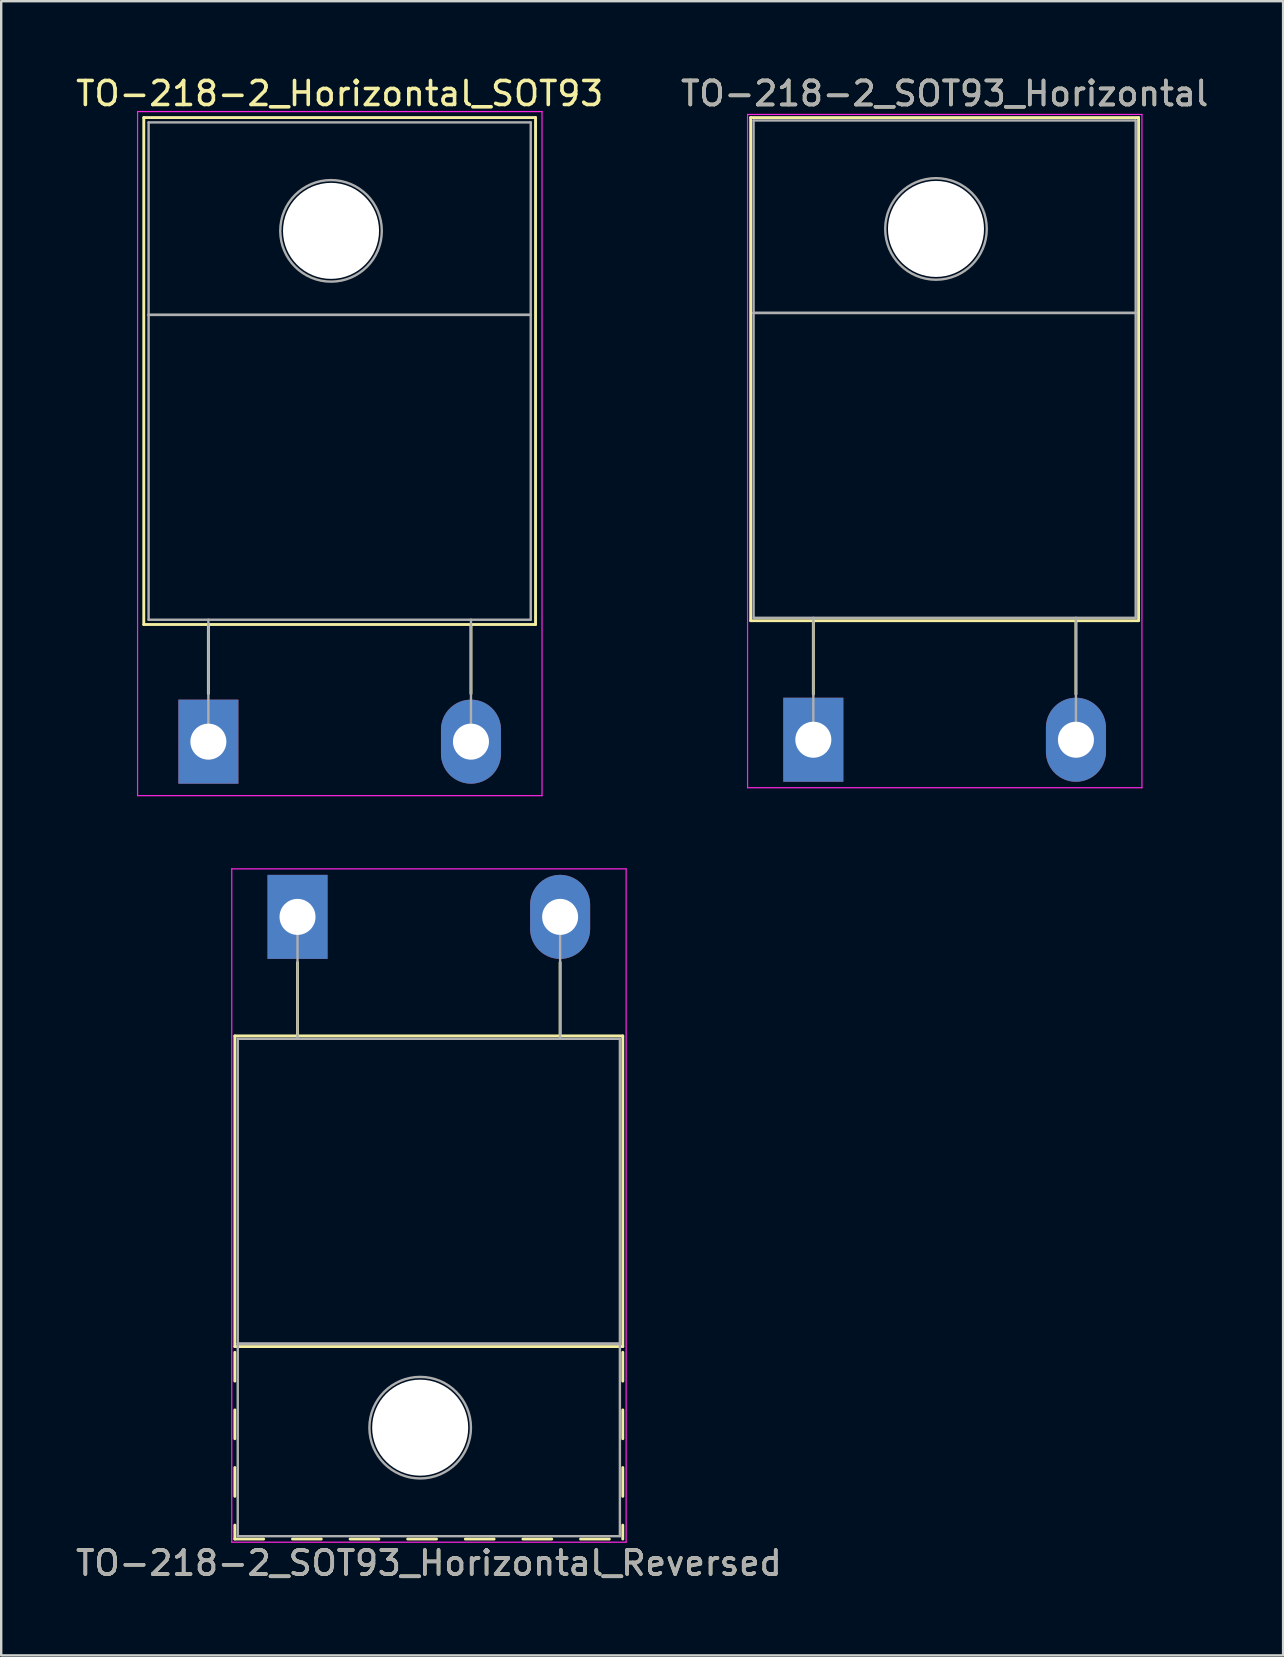
<source format=kicad_pcb>
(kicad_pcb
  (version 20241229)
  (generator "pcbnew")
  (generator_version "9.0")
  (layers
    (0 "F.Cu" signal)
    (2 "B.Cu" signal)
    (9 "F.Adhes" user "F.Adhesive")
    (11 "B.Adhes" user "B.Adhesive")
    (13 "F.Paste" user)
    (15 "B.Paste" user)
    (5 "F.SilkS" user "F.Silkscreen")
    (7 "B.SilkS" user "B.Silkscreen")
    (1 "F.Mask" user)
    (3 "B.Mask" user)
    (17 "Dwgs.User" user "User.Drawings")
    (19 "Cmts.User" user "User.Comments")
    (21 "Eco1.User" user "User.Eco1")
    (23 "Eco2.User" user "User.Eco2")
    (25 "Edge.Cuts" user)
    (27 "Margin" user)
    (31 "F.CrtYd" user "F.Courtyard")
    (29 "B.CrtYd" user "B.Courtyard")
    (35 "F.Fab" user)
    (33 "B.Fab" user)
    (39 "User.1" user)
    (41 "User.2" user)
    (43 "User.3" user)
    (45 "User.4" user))
  (footprint "TO-218-2_SOT93_Horizontal_Reversed"
    (layer "F.Cu")
    (at 9.345 35.148)
    (property "Reference" "TO-218-2_SOT93_Horizontal_Reversed" (at 5.47 26.92 0) (layer "F.SilkS") (effects (font (size 1 1) (thickness 0.15))))
    (attr through_hole)
    (fp_line (start -2.611 4.96) (end -2.611 17.9) (stroke (width 0.12) (type solid)) (layer "F.SilkS"))
    (fp_line (start -2.611 4.96) (end 13.55 4.96) (stroke (width 0.12) (type solid)) (layer "F.SilkS"))
    (fp_line (start -2.611 17.9) (end 13.55 17.9) (stroke (width 0.12) (type solid)) (layer "F.SilkS"))
    (fp_line (start -2.611 18.14) (end -2.611 19.34) (stroke (width 0.12) (type solid)) (layer "F.SilkS"))
    (fp_line (start -2.611 20.54) (end -2.611 21.74) (stroke (width 0.12) (type solid)) (layer "F.SilkS"))
    (fp_line (start -2.611 22.94) (end -2.611 24.14) (stroke (width 0.12) (type solid)) (layer "F.SilkS"))
    (fp_line (start -2.611 25.34) (end -2.611 25.92) (stroke (width 0.12) (type solid)) (layer "F.SilkS"))
    (fp_line (start -2.611 25.92) (end -1.411 25.92) (stroke (width 0.12) (type solid)) (layer "F.SilkS"))
    (fp_line (start -0.211 25.92) (end 0.99 25.92) (stroke (width 0.12) (type solid)) (layer "F.SilkS"))
    (fp_line (start 0 1.9) (end 0 4.96) (stroke (width 0.12) (type solid)) (layer "F.SilkS"))
    (fp_line (start 2.19 25.92) (end 3.39 25.92) (stroke (width 0.12) (type solid)) (layer "F.SilkS"))
    (fp_line (start 4.59 25.92) (end 5.79 25.92) (stroke (width 0.12) (type solid)) (layer "F.SilkS"))
    (fp_line (start 6.99 25.92) (end 8.19 25.92) (stroke (width 0.12) (type solid)) (layer "F.SilkS"))
    (fp_line (start 9.39 25.92) (end 10.59 25.92) (stroke (width 0.12) (type solid)) (layer "F.SilkS"))
    (fp_line (start 10.94 1.9) (end 10.94 4.96) (stroke (width 0.12) (type solid)) (layer "F.SilkS"))
    (fp_line (start 11.79 25.92) (end 12.99 25.92) (stroke (width 0.12) (type solid)) (layer "F.SilkS"))
    (fp_line (start 13.55 4.96) (end 13.55 17.9) (stroke (width 0.12) (type solid)) (layer "F.SilkS"))
    (fp_line (start 13.55 18.14) (end 13.55 19.34) (stroke (width 0.12) (type solid)) (layer "F.SilkS"))
    (fp_line (start 13.55 20.54) (end 13.55 21.74) (stroke (width 0.12) (type solid)) (layer "F.SilkS"))
    (fp_line (start 13.55 22.94) (end 13.55 24.14) (stroke (width 0.12) (type solid)) (layer "F.SilkS"))
    (fp_line (start 13.55 25.34) (end 13.55 25.92) (stroke (width 0.12) (type solid)) (layer "F.SilkS"))
    (fp_line (start -2.74 -2) (end -2.74 26.05) (stroke (width 0.05) (type solid)) (layer "F.CrtYd"))
    (fp_line (start -2.74 26.05) (end 13.69 26.05) (stroke (width 0.05) (type solid)) (layer "F.CrtYd"))
    (fp_line (start 13.69 -2) (end -2.74 -2) (stroke (width 0.05) (type solid)) (layer "F.CrtYd"))
    (fp_line (start 13.69 26.05) (end 13.69 -2) (stroke (width 0.05) (type solid)) (layer "F.CrtYd"))
    (fp_line (start -2.49 5.08) (end -2.49 17.78) (stroke (width 0.1) (type solid)) (layer "F.Fab"))
    (fp_line (start -2.49 17.78) (end -2.49 25.8) (stroke (width 0.1) (type solid)) (layer "F.Fab"))
    (fp_line (start -2.49 17.78) (end 13.43 17.78) (stroke (width 0.1) (type solid)) (layer "F.Fab"))
    (fp_line (start -2.49 25.8) (end 13.43 25.8) (stroke (width 0.1) (type solid)) (layer "F.Fab"))
    (fp_line (start 0 5.08) (end 0 0) (stroke (width 0.1) (type solid)) (layer "F.Fab"))
    (fp_line (start 10.94 5.08) (end 10.94 0) (stroke (width 0.1) (type solid)) (layer "F.Fab"))
    (fp_line (start 13.43 5.08) (end -2.49 5.08) (stroke (width 0.1) (type solid)) (layer "F.Fab"))
    (fp_line (start 13.43 17.78) (end -2.49 17.78) (stroke (width 0.1) (type solid)) (layer "F.Fab"))
    (fp_line (start 13.43 17.78) (end 13.43 5.08) (stroke (width 0.1) (type solid)) (layer "F.Fab"))
    (fp_line (start 13.43 25.8) (end 13.43 17.78) (stroke (width 0.1) (type solid)) (layer "F.Fab"))
    (fp_circle (center 5.11 21.28) (end 7.225 21.28) (stroke (width 0.1) (type solid)) (fill no) (layer "F.Fab"))
    (fp_text user "${REFERENCE}" (at 5.47 26.92 0) (layer "F.Fab") (effects (font (size 1 1) (thickness 0.15))))
    (pad "" np_thru_hole oval (at 5.11 21.28) (size 4 4) (drill 4) (layers "*.Cu" "*.Mask"))
    (pad "1" thru_hole rect (at 0 0) (size 2.5 3.5) (drill 1.5) (layers "*.Cu" "*.Mask"))
    (pad "2" thru_hole oval (at 10.94 0) (size 2.5 3.5) (drill 1.5) (layers "*.Cu" "*.Mask")))
  (footprint "TO-218-2_Horizontal_SOT93"
    (layer "F.Cu")
    (at 5.631 27.848)
    (property "Reference" "TO-218-2_Horizontal_SOT93" (at 5.47 -27 0) (layer "F.SilkS") (effects (font (size 1 1) (thickness 0.15))))
    (attr through_hole)
    (fp_line (start -2.691 -26) (end -2.691 -4.88) (stroke (width 0.12) (type solid)) (layer "F.SilkS"))
    (fp_line (start -2.691 -26) (end 13.63 -26) (stroke (width 0.12) (type solid)) (layer "F.SilkS"))
    (fp_line (start -2.691 -4.88) (end 13.63 -4.88) (stroke (width 0.12) (type solid)) (layer "F.SilkS"))
    (fp_line (start 0 -4.88) (end 0 -2) (stroke (width 0.12) (type solid)) (layer "F.SilkS"))
    (fp_line (start 10.94 -4.88) (end 10.94 -2) (stroke (width 0.12) (type solid)) (layer "F.SilkS"))
    (fp_line (start 13.63 -26) (end 13.63 -4.88) (stroke (width 0.12) (type solid)) (layer "F.SilkS"))
    (fp_line (start -2.95 -26.25) (end -2.95 2.25) (stroke (width 0.05) (type solid)) (layer "F.CrtYd"))
    (fp_line (start -2.95 2.25) (end 13.9 2.25) (stroke (width 0.05) (type solid)) (layer "F.CrtYd"))
    (fp_line (start 13.9 -26.25) (end -2.95 -26.25) (stroke (width 0.05) (type solid)) (layer "F.CrtYd"))
    (fp_line (start 13.9 2.25) (end 13.9 -26.25) (stroke (width 0.05) (type solid)) (layer "F.CrtYd"))
    (fp_line (start -2.49 -25.8) (end 13.43 -25.8) (stroke (width 0.1) (type solid)) (layer "F.Fab"))
    (fp_line (start -2.49 -17.78) (end -2.49 -25.8) (stroke (width 0.1) (type solid)) (layer "F.Fab"))
    (fp_line (start -2.49 -17.78) (end 13.43 -17.78) (stroke (width 0.1) (type solid)) (layer "F.Fab"))
    (fp_line (start -2.49 -5.08) (end -2.49 -17.78) (stroke (width 0.1) (type solid)) (layer "F.Fab"))
    (fp_line (start 0 -5.08) (end 0 0) (stroke (width 0.1) (type solid)) (layer "F.Fab"))
    (fp_line (start 10.94 -5.08) (end 10.94 0) (stroke (width 0.1) (type solid)) (layer "F.Fab"))
    (fp_line (start 13.43 -25.8) (end 13.43 -17.78) (stroke (width 0.1) (type solid)) (layer "F.Fab"))
    (fp_line (start 13.43 -17.78) (end -2.49 -17.78) (stroke (width 0.1) (type solid)) (layer "F.Fab"))
    (fp_line (start 13.43 -17.78) (end 13.43 -5.08) (stroke (width 0.1) (type solid)) (layer "F.Fab"))
    (fp_line (start 13.43 -5.08) (end -2.49 -5.08) (stroke (width 0.1) (type solid)) (layer "F.Fab"))
    (fp_circle (center 5.11 -21.28) (end 7.225 -21.28) (stroke (width 0.1) (type solid)) (fill no) (layer "F.Fab"))
    (pad "" np_thru_hole oval (at 5.11 -21.28) (size 4 4) (drill 4) (layers "*.Cu" "*.Mask"))
    (pad "1" thru_hole rect (at 0 0) (size 2.5 3.5) (drill 1.5) (layers "*.Cu" "*.Mask"))
    (pad "2" thru_hole oval (at 10.94 0) (size 2.5 3.5) (drill 1.5) (layers "*.Cu" "*.Mask")))
  (footprint "TO-218-2_SOT93_Horizontal"
    (layer "F.Cu")
    (at 30.834 27.768)
    (property "Reference" "TO-218-2_SOT93_Horizontal" (at 5.47 -26.92 0) (layer "F.SilkS") (effects (font (size 1 1) (thickness 0.15))))
    (attr through_hole)
    (fp_line (start -2.611 -25.92) (end -2.611 -4.96) (stroke (width 0.12) (type solid)) (layer "F.SilkS"))
    (fp_line (start -2.611 -25.92) (end 13.55 -25.92) (stroke (width 0.12) (type solid)) (layer "F.SilkS"))
    (fp_line (start -2.611 -4.96) (end 13.55 -4.96) (stroke (width 0.12) (type solid)) (layer "F.SilkS"))
    (fp_line (start 0 -4.96) (end 0 -1.9) (stroke (width 0.12) (type solid)) (layer "F.SilkS"))
    (fp_line (start 10.94 -4.96) (end 10.94 -1.9) (stroke (width 0.12) (type solid)) (layer "F.SilkS"))
    (fp_line (start 13.55 -25.92) (end 13.55 -4.96) (stroke (width 0.12) (type solid)) (layer "F.SilkS"))
    (fp_line (start -2.74 -26.05) (end -2.74 2) (stroke (width 0.05) (type solid)) (layer "F.CrtYd"))
    (fp_line (start -2.74 2) (end 13.69 2) (stroke (width 0.05) (type solid)) (layer "F.CrtYd"))
    (fp_line (start 13.69 -26.05) (end -2.74 -26.05) (stroke (width 0.05) (type solid)) (layer "F.CrtYd"))
    (fp_line (start 13.69 2) (end 13.69 -26.05) (stroke (width 0.05) (type solid)) (layer "F.CrtYd"))
    (fp_line (start -2.49 -25.8) (end 13.43 -25.8) (stroke (width 0.1) (type solid)) (layer "F.Fab"))
    (fp_line (start -2.49 -17.78) (end -2.49 -25.8) (stroke (width 0.1) (type solid)) (layer "F.Fab"))
    (fp_line (start -2.49 -17.78) (end 13.43 -17.78) (stroke (width 0.1) (type solid)) (layer "F.Fab"))
    (fp_line (start -2.49 -5.08) (end -2.49 -17.78) (stroke (width 0.1) (type solid)) (layer "F.Fab"))
    (fp_line (start 0 -5.08) (end 0 0) (stroke (width 0.1) (type solid)) (layer "F.Fab"))
    (fp_line (start 10.94 -5.08) (end 10.94 0) (stroke (width 0.1) (type solid)) (layer "F.Fab"))
    (fp_line (start 13.43 -25.8) (end 13.43 -17.78) (stroke (width 0.1) (type solid)) (layer "F.Fab"))
    (fp_line (start 13.43 -17.78) (end -2.49 -17.78) (stroke (width 0.1) (type solid)) (layer "F.Fab"))
    (fp_line (start 13.43 -17.78) (end 13.43 -5.08) (stroke (width 0.1) (type solid)) (layer "F.Fab"))
    (fp_line (start 13.43 -5.08) (end -2.49 -5.08) (stroke (width 0.1) (type solid)) (layer "F.Fab"))
    (fp_circle (center 5.11 -21.28) (end 7.225 -21.28) (stroke (width 0.1) (type solid)) (fill no) (layer "F.Fab"))
    (fp_text user "${REFERENCE}" (at 5.47 -26.92 0) (layer "F.Fab") (effects (font (size 1 1) (thickness 0.15))))
    (pad "" np_thru_hole oval (at 5.11 -21.28) (size 4 4) (drill 4) (layers "*.Cu" "*.Mask"))
    (pad "1" thru_hole rect (at 0 0) (size 2.5 3.5) (drill 1.5) (layers "*.Cu" "*.Mask"))
    (pad "2" thru_hole oval (at 10.94 0) (size 2.5 3.5) (drill 1.5) (layers "*.Cu" "*.Mask")))
  (gr_rect
    (start -3 -3)
    (end 50.405 65.916)
    (stroke (width 0.1) (type default))
    (fill no)
    (layer "Edge.Cuts")))
</source>
